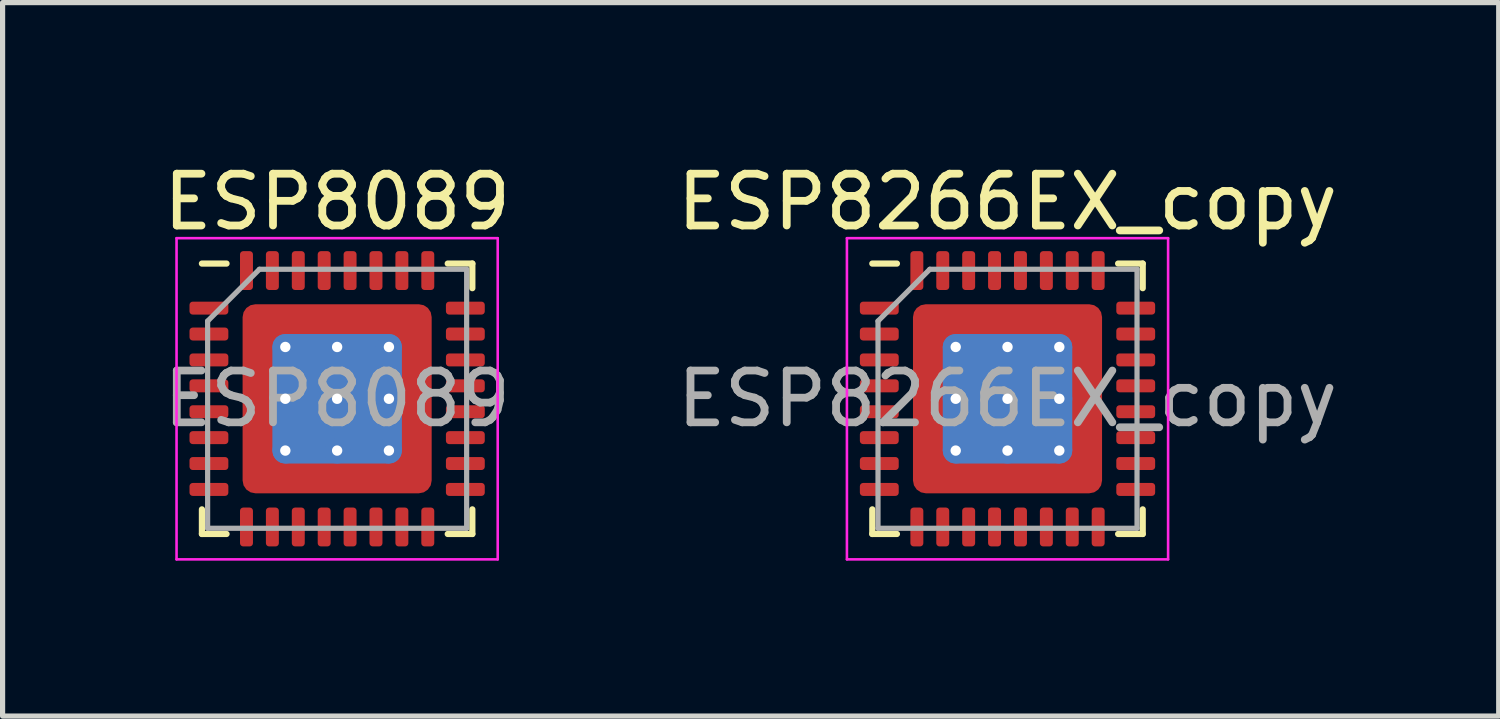
<source format=kicad_pcb>
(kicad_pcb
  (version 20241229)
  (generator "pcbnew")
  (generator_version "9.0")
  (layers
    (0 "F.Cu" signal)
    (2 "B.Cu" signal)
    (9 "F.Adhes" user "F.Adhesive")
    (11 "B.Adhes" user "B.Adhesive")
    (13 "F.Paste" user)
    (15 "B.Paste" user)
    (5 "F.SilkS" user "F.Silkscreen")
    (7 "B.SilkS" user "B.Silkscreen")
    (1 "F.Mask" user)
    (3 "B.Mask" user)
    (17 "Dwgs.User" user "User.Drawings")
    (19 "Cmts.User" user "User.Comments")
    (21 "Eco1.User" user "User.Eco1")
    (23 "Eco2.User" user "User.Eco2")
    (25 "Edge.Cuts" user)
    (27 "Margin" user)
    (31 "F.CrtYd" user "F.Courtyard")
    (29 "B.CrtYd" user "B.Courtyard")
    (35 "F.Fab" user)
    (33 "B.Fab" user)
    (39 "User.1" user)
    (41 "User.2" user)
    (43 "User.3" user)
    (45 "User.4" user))
  (footprint "ESP8089"
    (layer "F.Cu")
    (at 3.458 4.648)
    (property "Reference" "ESP8089" (at 0 -3.8 0) (layer "F.SilkS") (effects (font (size 1 1) (thickness 0.15))))
    (attr smd)
    (fp_line (start -2.61 2.61) (end -2.61 2.135) (stroke (width 0.12) (type solid)) (layer "F.SilkS"))
    (fp_line (start -2.135 -2.61) (end -2.61 -2.61) (stroke (width 0.12) (type solid)) (layer "F.SilkS"))
    (fp_line (start -2.135 2.61) (end -2.61 2.61) (stroke (width 0.12) (type solid)) (layer "F.SilkS"))
    (fp_line (start 2.135 -2.61) (end 2.61 -2.61) (stroke (width 0.12) (type solid)) (layer "F.SilkS"))
    (fp_line (start 2.135 2.61) (end 2.61 2.61) (stroke (width 0.12) (type solid)) (layer "F.SilkS"))
    (fp_line (start 2.61 -2.61) (end 2.61 -2.135) (stroke (width 0.12) (type solid)) (layer "F.SilkS"))
    (fp_line (start 2.61 2.61) (end 2.61 2.135) (stroke (width 0.12) (type solid)) (layer "F.SilkS"))
    (fp_line (start -3.1 -3.1) (end -3.1 3.1) (stroke (width 0.05) (type solid)) (layer "F.CrtYd"))
    (fp_line (start -3.1 3.1) (end 3.1 3.1) (stroke (width 0.05) (type solid)) (layer "F.CrtYd"))
    (fp_line (start 3.1 -3.1) (end -3.1 -3.1) (stroke (width 0.05) (type solid)) (layer "F.CrtYd"))
    (fp_line (start 3.1 3.1) (end 3.1 -3.1) (stroke (width 0.05) (type solid)) (layer "F.CrtYd"))
    (fp_line (start -2.5 -1.5) (end -1.5 -2.5) (stroke (width 0.1) (type solid)) (layer "F.Fab"))
    (fp_line (start -2.5 2.5) (end -2.5 -1.5) (stroke (width 0.1) (type solid)) (layer "F.Fab"))
    (fp_line (start -1.5 -2.5) (end 2.5 -2.5) (stroke (width 0.1) (type solid)) (layer "F.Fab"))
    (fp_line (start 2.5 -2.5) (end 2.5 2.5) (stroke (width 0.1) (type solid)) (layer "F.Fab"))
    (fp_line (start 2.5 2.5) (end -2.5 2.5) (stroke (width 0.1) (type solid)) (layer "F.Fab"))
    (fp_text user "${REFERENCE}" (at 0 0 0) (layer "F.Fab") (effects (font (size 1 1) (thickness 0.15))))
    (pad "" smd custom (at -1.413 -1.413) (size 0.578 0.578) (layers "F.Paste") (options (anchor circle)) (primitives (gr_poly (pts (xy -0.333 -0.333) (xy 0.333 -0.333) (xy 0.333 0.21) (xy 0.21 0.333) (xy -0.333 0.333)) (width 0) (fill yes))))
    (pad "" smd custom (at -1.413 -0.5) (size 0.59 0.59) (layers "F.Paste") (options (anchor circle)) (primitives (gr_poly (pts (xy -0.333 -0.403) (xy 0.227 -0.403) (xy 0.333 -0.297) (xy 0.333 0.297) (xy 0.227 0.403) (xy -0.333 0.403)) (width 0) (fill yes))))
    (pad "" smd custom (at -1.413 0.5) (size 0.59 0.59) (layers "F.Paste") (options (anchor circle)) (primitives (gr_poly (pts (xy -0.333 -0.403) (xy 0.227 -0.403) (xy 0.333 -0.297) (xy 0.333 0.297) (xy 0.227 0.403) (xy -0.333 0.403)) (width 0) (fill yes))))
    (pad "" smd custom (at -1.413 1.413) (size 0.578 0.578) (layers "F.Paste") (options (anchor circle)) (primitives (gr_poly (pts (xy -0.333 -0.333) (xy 0.21 -0.333) (xy 0.333 -0.21) (xy 0.333 0.333) (xy -0.333 0.333)) (width 0) (fill yes))))
    (pad "" smd custom (at -0.5 -1.413) (size 0.59 0.59) (layers "F.Paste") (options (anchor circle)) (primitives (gr_poly (pts (xy -0.403 -0.333) (xy 0.403 -0.333) (xy 0.403 0.227) (xy 0.297 0.333) (xy -0.297 0.333) (xy -0.403 0.227)) (width 0) (fill yes))))
    (pad "" smd roundrect (at -0.5 -0.5) (size 0.806 0.806) (layers "F.Paste") (roundrect_rratio 0.25))
    (pad "" smd roundrect (at -0.5 0.5) (size 0.806 0.806) (layers "F.Paste") (roundrect_rratio 0.25))
    (pad "" smd custom (at -0.5 1.413) (size 0.59 0.59) (layers "F.Paste") (options (anchor circle)) (primitives (gr_poly (pts (xy -0.403 -0.227) (xy -0.297 -0.333) (xy 0.297 -0.333) (xy 0.403 -0.227) (xy 0.403 0.333) (xy -0.403 0.333)) (width 0) (fill yes))))
    (pad "" smd custom (at 0.5 -1.413) (size 0.59 0.59) (layers "F.Paste") (options (anchor circle)) (primitives (gr_poly (pts (xy -0.403 -0.333) (xy 0.403 -0.333) (xy 0.403 0.227) (xy 0.297 0.333) (xy -0.297 0.333) (xy -0.403 0.227)) (width 0) (fill yes))))
    (pad "" smd roundrect (at 0.5 -0.5) (size 0.806 0.806) (layers "F.Paste") (roundrect_rratio 0.25))
    (pad "" smd roundrect (at 0.5 0.5) (size 0.806 0.806) (layers "F.Paste") (roundrect_rratio 0.25))
    (pad "" smd custom (at 0.5 1.413) (size 0.59 0.59) (layers "F.Paste") (options (anchor circle)) (primitives (gr_poly (pts (xy -0.403 -0.227) (xy -0.297 -0.333) (xy 0.297 -0.333) (xy 0.403 -0.227) (xy 0.403 0.333) (xy -0.403 0.333)) (width 0) (fill yes))))
    (pad "" smd custom (at 1.413 -1.413) (size 0.578 0.578) (layers "F.Paste") (options (anchor circle)) (primitives (gr_poly (pts (xy -0.333 -0.333) (xy 0.333 -0.333) (xy 0.333 0.333) (xy -0.21 0.333) (xy -0.333 0.21)) (width 0) (fill yes))))
    (pad "" smd custom (at 1.413 -0.5) (size 0.59 0.59) (layers "F.Paste") (options (anchor circle)) (primitives (gr_poly (pts (xy -0.333 -0.297) (xy -0.227 -0.403) (xy 0.333 -0.403) (xy 0.333 0.403) (xy -0.227 0.403) (xy -0.333 0.297)) (width 0) (fill yes))))
    (pad "" smd custom (at 1.413 0.5) (size 0.59 0.59) (layers "F.Paste") (options (anchor circle)) (primitives (gr_poly (pts (xy -0.333 -0.297) (xy -0.227 -0.403) (xy 0.333 -0.403) (xy 0.333 0.403) (xy -0.227 0.403) (xy -0.333 0.297)) (width 0) (fill yes))))
    (pad "" smd custom (at 1.413 1.413) (size 0.578 0.578) (layers "F.Paste") (options (anchor circle)) (primitives (gr_poly (pts (xy -0.333 -0.21) (xy -0.21 -0.333) (xy 0.333 -0.333) (xy 0.333 0.333) (xy -0.333 0.333)) (width 0) (fill yes))))
    (pad "1" smd roundrect (at -2.475 -1.75) (size 0.75 0.25) (layers "F.Cu" "F.Mask" "F.Paste") (roundrect_rratio 0.25))
    (pad "2" smd roundrect (at -2.475 -1.25) (size 0.75 0.25) (layers "F.Cu" "F.Mask" "F.Paste") (roundrect_rratio 0.25))
    (pad "3" smd roundrect (at -2.475 -0.75) (size 0.75 0.25) (layers "F.Cu" "F.Mask" "F.Paste") (roundrect_rratio 0.25))
    (pad "4" smd roundrect (at -2.475 -0.25) (size 0.75 0.25) (layers "F.Cu" "F.Mask" "F.Paste") (roundrect_rratio 0.25))
    (pad "5" smd roundrect (at -2.475 0.25) (size 0.75 0.25) (layers "F.Cu" "F.Mask" "F.Paste") (roundrect_rratio 0.25))
    (pad "6" smd roundrect (at -2.475 0.75) (size 0.75 0.25) (layers "F.Cu" "F.Mask" "F.Paste") (roundrect_rratio 0.25))
    (pad "7" smd roundrect (at -2.475 1.25) (size 0.75 0.25) (layers "F.Cu" "F.Mask" "F.Paste") (roundrect_rratio 0.25))
    (pad "8" smd roundrect (at -2.475 1.75) (size 0.75 0.25) (layers "F.Cu" "F.Mask" "F.Paste") (roundrect_rratio 0.25))
    (pad "9" smd roundrect (at -1.75 2.475) (size 0.25 0.75) (layers "F.Cu" "F.Mask" "F.Paste") (roundrect_rratio 0.25))
    (pad "10" smd roundrect (at -1.25 2.475) (size 0.25 0.75) (layers "F.Cu" "F.Mask" "F.Paste") (roundrect_rratio 0.25))
    (pad "11" smd roundrect (at -0.75 2.475) (size 0.25 0.75) (layers "F.Cu" "F.Mask" "F.Paste") (roundrect_rratio 0.25))
    (pad "12" smd roundrect (at -0.25 2.475) (size 0.25 0.75) (layers "F.Cu" "F.Mask" "F.Paste") (roundrect_rratio 0.25))
    (pad "13" smd roundrect (at 0.25 2.475) (size 0.25 0.75) (layers "F.Cu" "F.Mask" "F.Paste") (roundrect_rratio 0.25))
    (pad "14" smd roundrect (at 0.75 2.475) (size 0.25 0.75) (layers "F.Cu" "F.Mask" "F.Paste") (roundrect_rratio 0.25))
    (pad "15" smd roundrect (at 1.25 2.475) (size 0.25 0.75) (layers "F.Cu" "F.Mask" "F.Paste") (roundrect_rratio 0.25))
    (pad "16" smd roundrect (at 1.75 2.475) (size 0.25 0.75) (layers "F.Cu" "F.Mask" "F.Paste") (roundrect_rratio 0.25))
    (pad "17" smd roundrect (at 2.475 1.75) (size 0.75 0.25) (layers "F.Cu" "F.Mask" "F.Paste") (roundrect_rratio 0.25))
    (pad "18" smd roundrect (at 2.475 1.25) (size 0.75 0.25) (layers "F.Cu" "F.Mask" "F.Paste") (roundrect_rratio 0.25))
    (pad "19" smd roundrect (at 2.475 0.75) (size 0.75 0.25) (layers "F.Cu" "F.Mask" "F.Paste") (roundrect_rratio 0.25))
    (pad "20" smd roundrect (at 2.475 0.25) (size 0.75 0.25) (layers "F.Cu" "F.Mask" "F.Paste") (roundrect_rratio 0.25))
    (pad "21" smd roundrect (at 2.475 -0.25) (size 0.75 0.25) (layers "F.Cu" "F.Mask" "F.Paste") (roundrect_rratio 0.25))
    (pad "22" smd roundrect (at 2.475 -0.75) (size 0.75 0.25) (layers "F.Cu" "F.Mask" "F.Paste") (roundrect_rratio 0.25))
    (pad "23" smd roundrect (at 2.475 -1.25) (size 0.75 0.25) (layers "F.Cu" "F.Mask" "F.Paste") (roundrect_rratio 0.25))
    (pad "24" smd roundrect (at 2.475 -1.75) (size 0.75 0.25) (layers "F.Cu" "F.Mask" "F.Paste") (roundrect_rratio 0.25))
    (pad "25" smd roundrect (at 1.75 -2.475) (size 0.25 0.75) (layers "F.Cu" "F.Mask" "F.Paste") (roundrect_rratio 0.25))
    (pad "26" smd roundrect (at 1.25 -2.475) (size 0.25 0.75) (layers "F.Cu" "F.Mask" "F.Paste") (roundrect_rratio 0.25))
    (pad "27" smd roundrect (at 0.75 -2.475) (size 0.25 0.75) (layers "F.Cu" "F.Mask" "F.Paste") (roundrect_rratio 0.25))
    (pad "28" smd roundrect (at 0.25 -2.475) (size 0.25 0.75) (layers "F.Cu" "F.Mask" "F.Paste") (roundrect_rratio 0.25))
    (pad "29" smd roundrect (at -0.25 -2.475) (size 0.25 0.75) (layers "F.Cu" "F.Mask" "F.Paste") (roundrect_rratio 0.25))
    (pad "30" smd roundrect (at -0.75 -2.475) (size 0.25 0.75) (layers "F.Cu" "F.Mask" "F.Paste") (roundrect_rratio 0.25))
    (pad "31" smd roundrect (at -1.25 -2.475) (size 0.25 0.75) (layers "F.Cu" "F.Mask" "F.Paste") (roundrect_rratio 0.25))
    (pad "32" smd roundrect (at -1.75 -2.475) (size 0.25 0.75) (layers "F.Cu" "F.Mask" "F.Paste") (roundrect_rratio 0.25))
    (pad "33" thru_hole circle (at -1 -1) (size 0.5 0.5) (drill 0.2) (layers "*.Cu"))
    (pad "33" thru_hole circle (at -1 0) (size 0.5 0.5) (drill 0.2) (layers "*.Cu"))
    (pad "33" thru_hole circle (at -1 1) (size 0.5 0.5) (drill 0.2) (layers "*.Cu"))
    (pad "33" thru_hole circle (at 0 -1) (size 0.5 0.5) (drill 0.2) (layers "*.Cu"))
    (pad "33" thru_hole circle (at 0 0) (size 0.5 0.5) (drill 0.2) (layers "*.Cu"))
    (pad "33" smd roundrect (at 0 0) (size 2.5 2.5) (layers "B.Cu") (roundrect_rratio 0.1))
    (pad "33" smd roundrect (at 0 0) (size 3.65 3.65) (layers "F.Cu" "F.Mask") (roundrect_rratio 0.068))
    (pad "33" thru_hole circle (at 0 1) (size 0.5 0.5) (drill 0.2) (layers "*.Cu"))
    (pad "33" thru_hole circle (at 1 -1) (size 0.5 0.5) (drill 0.2) (layers "*.Cu"))
    (pad "33" thru_hole circle (at 1 0) (size 0.5 0.5) (drill 0.2) (layers "*.Cu"))
    (pad "33" thru_hole circle (at 1 1) (size 0.5 0.5) (drill 0.2) (layers "*.Cu")))
  (footprint "ESP8266EX_copy"
    (layer "F.Cu")
    (at 16.399 4.648)
    (property "Reference" "ESP8266EX_copy" (at 0 -3.8 0) (layer "F.SilkS") (effects (font (size 1 1) (thickness 0.15))))
    (attr smd)
    (fp_line (start -2.61 2.61) (end -2.61 2.135) (stroke (width 0.12) (type solid)) (layer "F.SilkS"))
    (fp_line (start -2.135 -2.61) (end -2.61 -2.61) (stroke (width 0.12) (type solid)) (layer "F.SilkS"))
    (fp_line (start -2.135 2.61) (end -2.61 2.61) (stroke (width 0.12) (type solid)) (layer "F.SilkS"))
    (fp_line (start 2.135 -2.61) (end 2.61 -2.61) (stroke (width 0.12) (type solid)) (layer "F.SilkS"))
    (fp_line (start 2.135 2.61) (end 2.61 2.61) (stroke (width 0.12) (type solid)) (layer "F.SilkS"))
    (fp_line (start 2.61 -2.61) (end 2.61 -2.135) (stroke (width 0.12) (type solid)) (layer "F.SilkS"))
    (fp_line (start 2.61 2.61) (end 2.61 2.135) (stroke (width 0.12) (type solid)) (layer "F.SilkS"))
    (fp_line (start -3.1 -3.1) (end -3.1 3.1) (stroke (width 0.05) (type solid)) (layer "F.CrtYd"))
    (fp_line (start -3.1 3.1) (end 3.1 3.1) (stroke (width 0.05) (type solid)) (layer "F.CrtYd"))
    (fp_line (start 3.1 -3.1) (end -3.1 -3.1) (stroke (width 0.05) (type solid)) (layer "F.CrtYd"))
    (fp_line (start 3.1 3.1) (end 3.1 -3.1) (stroke (width 0.05) (type solid)) (layer "F.CrtYd"))
    (fp_line (start -2.5 -1.5) (end -1.5 -2.5) (stroke (width 0.1) (type solid)) (layer "F.Fab"))
    (fp_line (start -2.5 2.5) (end -2.5 -1.5) (stroke (width 0.1) (type solid)) (layer "F.Fab"))
    (fp_line (start -1.5 -2.5) (end 2.5 -2.5) (stroke (width 0.1) (type solid)) (layer "F.Fab"))
    (fp_line (start 2.5 -2.5) (end 2.5 2.5) (stroke (width 0.1) (type solid)) (layer "F.Fab"))
    (fp_line (start 2.5 2.5) (end -2.5 2.5) (stroke (width 0.1) (type solid)) (layer "F.Fab"))
    (fp_text user "${REFERENCE}" (at 0 0 0) (layer "F.Fab") (effects (font (size 1 1) (thickness 0.15))))
    (pad "" smd custom (at -1.413 -1.413) (size 0.578 0.578) (layers "F.Paste") (options (anchor circle)) (primitives (gr_poly (pts (xy -0.333 -0.333) (xy 0.333 -0.333) (xy 0.333 0.21) (xy 0.21 0.333) (xy -0.333 0.333)) (width 0) (fill yes))))
    (pad "" smd custom (at -1.413 -0.5) (size 0.59 0.59) (layers "F.Paste") (options (anchor circle)) (primitives (gr_poly (pts (xy -0.333 -0.403) (xy 0.227 -0.403) (xy 0.333 -0.297) (xy 0.333 0.297) (xy 0.227 0.403) (xy -0.333 0.403)) (width 0) (fill yes))))
    (pad "" smd custom (at -1.413 0.5) (size 0.59 0.59) (layers "F.Paste") (options (anchor circle)) (primitives (gr_poly (pts (xy -0.333 -0.403) (xy 0.227 -0.403) (xy 0.333 -0.297) (xy 0.333 0.297) (xy 0.227 0.403) (xy -0.333 0.403)) (width 0) (fill yes))))
    (pad "" smd custom (at -1.413 1.413) (size 0.578 0.578) (layers "F.Paste") (options (anchor circle)) (primitives (gr_poly (pts (xy -0.333 -0.333) (xy 0.21 -0.333) (xy 0.333 -0.21) (xy 0.333 0.333) (xy -0.333 0.333)) (width 0) (fill yes))))
    (pad "" smd custom (at -0.5 -1.413) (size 0.59 0.59) (layers "F.Paste") (options (anchor circle)) (primitives (gr_poly (pts (xy -0.403 -0.333) (xy 0.403 -0.333) (xy 0.403 0.227) (xy 0.297 0.333) (xy -0.297 0.333) (xy -0.403 0.227)) (width 0) (fill yes))))
    (pad "" smd roundrect (at -0.5 -0.5) (size 0.806 0.806) (layers "F.Paste") (roundrect_rratio 0.25))
    (pad "" smd roundrect (at -0.5 0.5) (size 0.806 0.806) (layers "F.Paste") (roundrect_rratio 0.25))
    (pad "" smd custom (at -0.5 1.413) (size 0.59 0.59) (layers "F.Paste") (options (anchor circle)) (primitives (gr_poly (pts (xy -0.403 -0.227) (xy -0.297 -0.333) (xy 0.297 -0.333) (xy 0.403 -0.227) (xy 0.403 0.333) (xy -0.403 0.333)) (width 0) (fill yes))))
    (pad "" smd custom (at 0.5 -1.413) (size 0.59 0.59) (layers "F.Paste") (options (anchor circle)) (primitives (gr_poly (pts (xy -0.403 -0.333) (xy 0.403 -0.333) (xy 0.403 0.227) (xy 0.297 0.333) (xy -0.297 0.333) (xy -0.403 0.227)) (width 0) (fill yes))))
    (pad "" smd roundrect (at 0.5 -0.5) (size 0.806 0.806) (layers "F.Paste") (roundrect_rratio 0.25))
    (pad "" smd roundrect (at 0.5 0.5) (size 0.806 0.806) (layers "F.Paste") (roundrect_rratio 0.25))
    (pad "" smd custom (at 0.5 1.413) (size 0.59 0.59) (layers "F.Paste") (options (anchor circle)) (primitives (gr_poly (pts (xy -0.403 -0.227) (xy -0.297 -0.333) (xy 0.297 -0.333) (xy 0.403 -0.227) (xy 0.403 0.333) (xy -0.403 0.333)) (width 0) (fill yes))))
    (pad "" smd custom (at 1.413 -1.413) (size 0.578 0.578) (layers "F.Paste") (options (anchor circle)) (primitives (gr_poly (pts (xy -0.333 -0.333) (xy 0.333 -0.333) (xy 0.333 0.333) (xy -0.21 0.333) (xy -0.333 0.21)) (width 0) (fill yes))))
    (pad "" smd custom (at 1.413 -0.5) (size 0.59 0.59) (layers "F.Paste") (options (anchor circle)) (primitives (gr_poly (pts (xy -0.333 -0.297) (xy -0.227 -0.403) (xy 0.333 -0.403) (xy 0.333 0.403) (xy -0.227 0.403) (xy -0.333 0.297)) (width 0) (fill yes))))
    (pad "" smd custom (at 1.413 0.5) (size 0.59 0.59) (layers "F.Paste") (options (anchor circle)) (primitives (gr_poly (pts (xy -0.333 -0.297) (xy -0.227 -0.403) (xy 0.333 -0.403) (xy 0.333 0.403) (xy -0.227 0.403) (xy -0.333 0.297)) (width 0) (fill yes))))
    (pad "" smd custom (at 1.413 1.413) (size 0.578 0.578) (layers "F.Paste") (options (anchor circle)) (primitives (gr_poly (pts (xy -0.333 -0.21) (xy -0.21 -0.333) (xy 0.333 -0.333) (xy 0.333 0.333) (xy -0.333 0.333)) (width 0) (fill yes))))
    (pad "1" smd roundrect (at -2.475 -1.75) (size 0.75 0.25) (layers "F.Cu" "F.Mask" "F.Paste") (roundrect_rratio 0.25))
    (pad "2" smd roundrect (at -2.475 -1.25) (size 0.75 0.25) (layers "F.Cu" "F.Mask" "F.Paste") (roundrect_rratio 0.25))
    (pad "3" smd roundrect (at -2.475 -0.75) (size 0.75 0.25) (layers "F.Cu" "F.Mask" "F.Paste") (roundrect_rratio 0.25))
    (pad "4" smd roundrect (at -2.475 -0.25) (size 0.75 0.25) (layers "F.Cu" "F.Mask" "F.Paste") (roundrect_rratio 0.25))
    (pad "5" smd roundrect (at -2.475 0.25) (size 0.75 0.25) (layers "F.Cu" "F.Mask" "F.Paste") (roundrect_rratio 0.25))
    (pad "6" smd roundrect (at -2.475 0.75) (size 0.75 0.25) (layers "F.Cu" "F.Mask" "F.Paste") (roundrect_rratio 0.25))
    (pad "7" smd roundrect (at -2.475 1.25) (size 0.75 0.25) (layers "F.Cu" "F.Mask" "F.Paste") (roundrect_rratio 0.25))
    (pad "8" smd roundrect (at -2.475 1.75) (size 0.75 0.25) (layers "F.Cu" "F.Mask" "F.Paste") (roundrect_rratio 0.25))
    (pad "9" smd roundrect (at -1.75 2.475) (size 0.25 0.75) (layers "F.Cu" "F.Mask" "F.Paste") (roundrect_rratio 0.25))
    (pad "10" smd roundrect (at -1.25 2.475) (size 0.25 0.75) (layers "F.Cu" "F.Mask" "F.Paste") (roundrect_rratio 0.25))
    (pad "11" smd roundrect (at -0.75 2.475) (size 0.25 0.75) (layers "F.Cu" "F.Mask" "F.Paste") (roundrect_rratio 0.25))
    (pad "12" smd roundrect (at -0.25 2.475) (size 0.25 0.75) (layers "F.Cu" "F.Mask" "F.Paste") (roundrect_rratio 0.25))
    (pad "13" smd roundrect (at 0.25 2.475) (size 0.25 0.75) (layers "F.Cu" "F.Mask" "F.Paste") (roundrect_rratio 0.25))
    (pad "14" smd roundrect (at 0.75 2.475) (size 0.25 0.75) (layers "F.Cu" "F.Mask" "F.Paste") (roundrect_rratio 0.25))
    (pad "15" smd roundrect (at 1.25 2.475) (size 0.25 0.75) (layers "F.Cu" "F.Mask" "F.Paste") (roundrect_rratio 0.25))
    (pad "16" smd roundrect (at 1.75 2.475) (size 0.25 0.75) (layers "F.Cu" "F.Mask" "F.Paste") (roundrect_rratio 0.25))
    (pad "17" smd roundrect (at 2.475 1.75) (size 0.75 0.25) (layers "F.Cu" "F.Mask" "F.Paste") (roundrect_rratio 0.25))
    (pad "18" smd roundrect (at 2.475 1.25) (size 0.75 0.25) (layers "F.Cu" "F.Mask" "F.Paste") (roundrect_rratio 0.25))
    (pad "19" smd roundrect (at 2.475 0.75) (size 0.75 0.25) (layers "F.Cu" "F.Mask" "F.Paste") (roundrect_rratio 0.25))
    (pad "20" smd roundrect (at 2.475 0.25) (size 0.75 0.25) (layers "F.Cu" "F.Mask" "F.Paste") (roundrect_rratio 0.25))
    (pad "21" smd roundrect (at 2.475 -0.25) (size 0.75 0.25) (layers "F.Cu" "F.Mask" "F.Paste") (roundrect_rratio 0.25))
    (pad "22" smd roundrect (at 2.475 -0.75) (size 0.75 0.25) (layers "F.Cu" "F.Mask" "F.Paste") (roundrect_rratio 0.25))
    (pad "23" smd roundrect (at 2.475 -1.25) (size 0.75 0.25) (layers "F.Cu" "F.Mask" "F.Paste") (roundrect_rratio 0.25))
    (pad "24" smd roundrect (at 2.475 -1.75) (size 0.75 0.25) (layers "F.Cu" "F.Mask" "F.Paste") (roundrect_rratio 0.25))
    (pad "25" smd roundrect (at 1.75 -2.475) (size 0.25 0.75) (layers "F.Cu" "F.Mask" "F.Paste") (roundrect_rratio 0.25))
    (pad "26" smd roundrect (at 1.25 -2.475) (size 0.25 0.75) (layers "F.Cu" "F.Mask" "F.Paste") (roundrect_rratio 0.25))
    (pad "27" smd roundrect (at 0.75 -2.475) (size 0.25 0.75) (layers "F.Cu" "F.Mask" "F.Paste") (roundrect_rratio 0.25))
    (pad "28" smd roundrect (at 0.25 -2.475) (size 0.25 0.75) (layers "F.Cu" "F.Mask" "F.Paste") (roundrect_rratio 0.25))
    (pad "29" smd roundrect (at -0.25 -2.475) (size 0.25 0.75) (layers "F.Cu" "F.Mask" "F.Paste") (roundrect_rratio 0.25))
    (pad "30" smd roundrect (at -0.75 -2.475) (size 0.25 0.75) (layers "F.Cu" "F.Mask" "F.Paste") (roundrect_rratio 0.25))
    (pad "31" smd roundrect (at -1.25 -2.475) (size 0.25 0.75) (layers "F.Cu" "F.Mask" "F.Paste") (roundrect_rratio 0.25))
    (pad "32" smd roundrect (at -1.75 -2.475) (size 0.25 0.75) (layers "F.Cu" "F.Mask" "F.Paste") (roundrect_rratio 0.25))
    (pad "33" thru_hole circle (at -1 -1) (size 0.5 0.5) (drill 0.2) (layers "*.Cu"))
    (pad "33" thru_hole circle (at -1 0) (size 0.5 0.5) (drill 0.2) (layers "*.Cu"))
    (pad "33" thru_hole circle (at -1 1) (size 0.5 0.5) (drill 0.2) (layers "*.Cu"))
    (pad "33" thru_hole circle (at 0 -1) (size 0.5 0.5) (drill 0.2) (layers "*.Cu"))
    (pad "33" thru_hole circle (at 0 0) (size 0.5 0.5) (drill 0.2) (layers "*.Cu"))
    (pad "33" smd roundrect (at 0 0) (size 2.5 2.5) (layers "B.Cu") (roundrect_rratio 0.1))
    (pad "33" smd roundrect (at 0 0) (size 3.65 3.65) (layers "F.Cu" "F.Mask") (roundrect_rratio 0.068))
    (pad "33" thru_hole circle (at 0 1) (size 0.5 0.5) (drill 0.2) (layers "*.Cu"))
    (pad "33" thru_hole circle (at 1 -1) (size 0.5 0.5) (drill 0.2) (layers "*.Cu"))
    (pad "33" thru_hole circle (at 1 0) (size 0.5 0.5) (drill 0.2) (layers "*.Cu"))
    (pad "33" thru_hole circle (at 1 1) (size 0.5 0.5) (drill 0.2) (layers "*.Cu")))
  (gr_rect
    (start -3 -3)
    (end 25.881 10.773)
    (stroke (width 0.1) (type default))
    (fill no)
    (layer "Edge.Cuts")))
</source>
